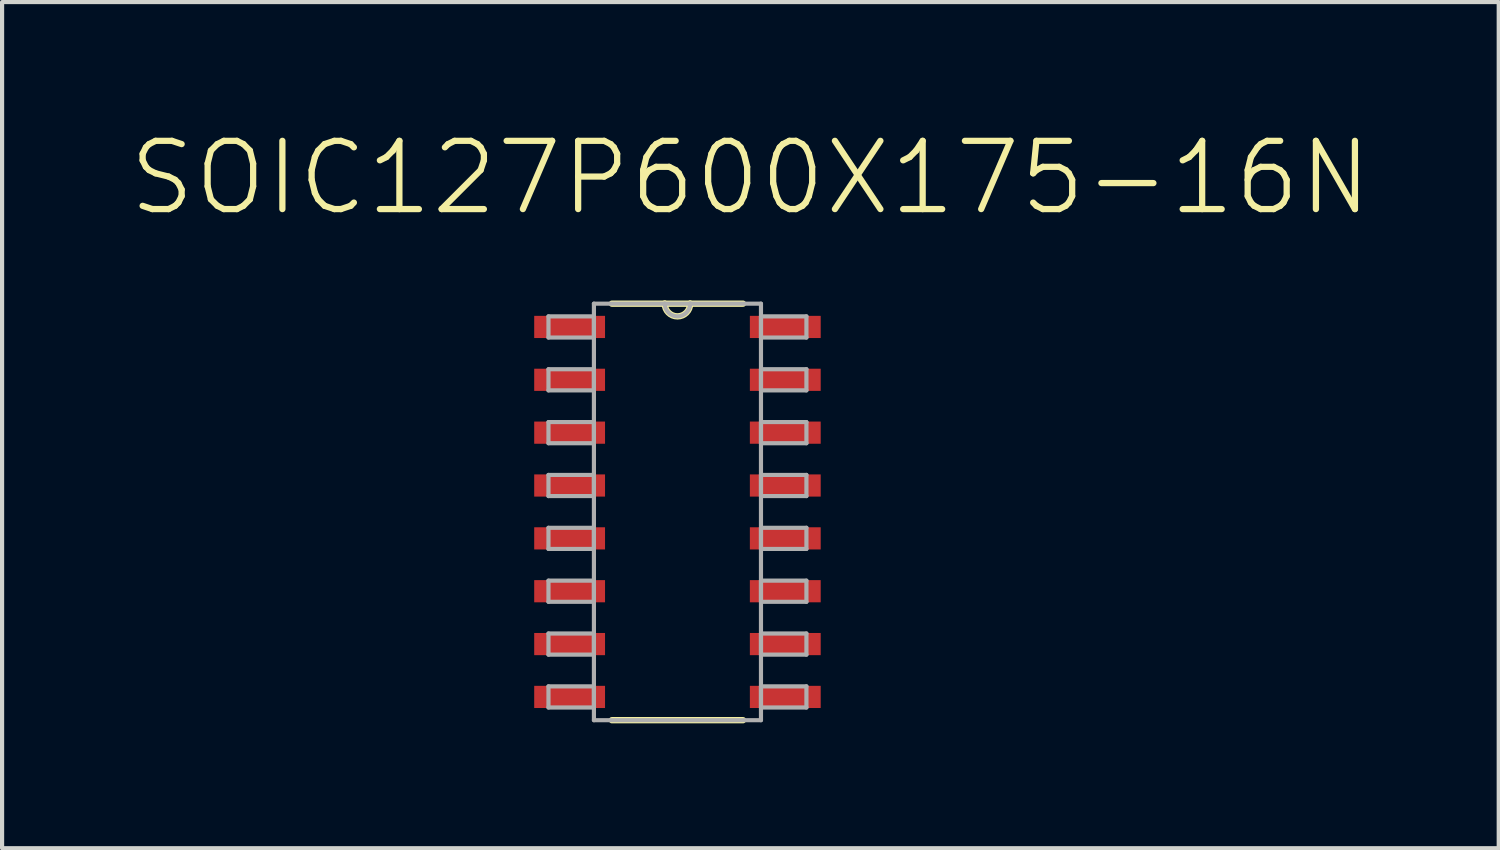
<source format=kicad_pcb>
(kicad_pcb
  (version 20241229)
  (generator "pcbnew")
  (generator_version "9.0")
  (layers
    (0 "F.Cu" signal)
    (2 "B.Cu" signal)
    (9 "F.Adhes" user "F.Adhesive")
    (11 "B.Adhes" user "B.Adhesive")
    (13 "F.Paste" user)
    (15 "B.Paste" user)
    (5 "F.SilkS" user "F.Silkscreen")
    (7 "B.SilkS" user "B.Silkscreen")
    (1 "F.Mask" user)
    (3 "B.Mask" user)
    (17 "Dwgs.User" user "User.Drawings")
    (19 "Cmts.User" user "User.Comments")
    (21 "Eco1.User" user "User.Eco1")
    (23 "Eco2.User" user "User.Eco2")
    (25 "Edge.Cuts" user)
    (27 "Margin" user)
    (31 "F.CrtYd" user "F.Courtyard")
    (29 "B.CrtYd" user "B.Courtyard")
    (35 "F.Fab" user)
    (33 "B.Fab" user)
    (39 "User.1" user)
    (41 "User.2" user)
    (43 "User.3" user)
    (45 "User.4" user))
  (footprint "SOIC127P600X175-16N"
    (layer "F.Cu")
    (at 13.228 9.251)
    (property "Reference" "SOIC127P600X175-16N" (at 1.753 -8.028 0) (layer "F.SilkS") (effects (font (size 1.64 1.64) (thickness 0.15))))
    (attr smd)
    (fp_line (start -1.575 5.004) (end 1.575 5.004) (stroke (width 0.152) (type solid)) (layer "F.SilkS"))
    (fp_line (start -0.305 -5.004) (end -1.575 -5.004) (stroke (width 0.152) (type solid)) (layer "F.SilkS"))
    (fp_line (start 0.305 -5.004) (end -0.305 -5.004) (stroke (width 0.152) (type solid)) (layer "F.SilkS"))
    (fp_line (start 1.575 -5.004) (end 0.305 -5.004) (stroke (width 0.152) (type solid)) (layer "F.SilkS"))
    (fp_arc (start 0.3048 -5.0038) (mid 0 -4.699) (end -0.3048 -5.0038) (stroke (width 0.1524) (type solid)) (layer "F.SilkS"))
    (fp_line (start -3.099 -4.699) (end -3.099 -4.191) (stroke (width 0.1) (type solid)) (layer "F.Fab"))
    (fp_line (start -3.099 -4.191) (end -2.007 -4.191) (stroke (width 0.1) (type solid)) (layer "F.Fab"))
    (fp_line (start -3.099 -3.429) (end -3.099 -2.921) (stroke (width 0.1) (type solid)) (layer "F.Fab"))
    (fp_line (start -3.099 -2.921) (end -2.007 -2.921) (stroke (width 0.1) (type solid)) (layer "F.Fab"))
    (fp_line (start -3.099 -2.159) (end -3.099 -1.651) (stroke (width 0.1) (type solid)) (layer "F.Fab"))
    (fp_line (start -3.099 -1.651) (end -2.007 -1.651) (stroke (width 0.1) (type solid)) (layer "F.Fab"))
    (fp_line (start -3.099 -0.889) (end -3.099 -0.381) (stroke (width 0.1) (type solid)) (layer "F.Fab"))
    (fp_line (start -3.099 -0.381) (end -2.007 -0.381) (stroke (width 0.1) (type solid)) (layer "F.Fab"))
    (fp_line (start -3.099 0.381) (end -3.099 0.889) (stroke (width 0.1) (type solid)) (layer "F.Fab"))
    (fp_line (start -3.099 0.889) (end -2.007 0.889) (stroke (width 0.1) (type solid)) (layer "F.Fab"))
    (fp_line (start -3.099 1.651) (end -3.099 2.159) (stroke (width 0.1) (type solid)) (layer "F.Fab"))
    (fp_line (start -3.099 2.159) (end -2.007 2.159) (stroke (width 0.1) (type solid)) (layer "F.Fab"))
    (fp_line (start -3.099 2.921) (end -3.099 3.429) (stroke (width 0.1) (type solid)) (layer "F.Fab"))
    (fp_line (start -3.099 3.429) (end -2.007 3.429) (stroke (width 0.1) (type solid)) (layer "F.Fab"))
    (fp_line (start -3.099 4.191) (end -3.099 4.699) (stroke (width 0.1) (type solid)) (layer "F.Fab"))
    (fp_line (start -3.099 4.699) (end -2.007 4.699) (stroke (width 0.1) (type solid)) (layer "F.Fab"))
    (fp_line (start -2.007 -5.004) (end -2.007 5.004) (stroke (width 0.1) (type solid)) (layer "F.Fab"))
    (fp_line (start -2.007 -4.699) (end -3.099 -4.699) (stroke (width 0.1) (type solid)) (layer "F.Fab"))
    (fp_line (start -2.007 -4.191) (end -2.007 -4.699) (stroke (width 0.1) (type solid)) (layer "F.Fab"))
    (fp_line (start -2.007 -3.429) (end -3.099 -3.429) (stroke (width 0.1) (type solid)) (layer "F.Fab"))
    (fp_line (start -2.007 -2.921) (end -2.007 -3.429) (stroke (width 0.1) (type solid)) (layer "F.Fab"))
    (fp_line (start -2.007 -2.159) (end -3.099 -2.159) (stroke (width 0.1) (type solid)) (layer "F.Fab"))
    (fp_line (start -2.007 -1.651) (end -2.007 -2.159) (stroke (width 0.1) (type solid)) (layer "F.Fab"))
    (fp_line (start -2.007 -0.889) (end -3.099 -0.889) (stroke (width 0.1) (type solid)) (layer "F.Fab"))
    (fp_line (start -2.007 -0.381) (end -2.007 -0.889) (stroke (width 0.1) (type solid)) (layer "F.Fab"))
    (fp_line (start -2.007 0.381) (end -3.099 0.381) (stroke (width 0.1) (type solid)) (layer "F.Fab"))
    (fp_line (start -2.007 0.889) (end -2.007 0.381) (stroke (width 0.1) (type solid)) (layer "F.Fab"))
    (fp_line (start -2.007 1.651) (end -3.099 1.651) (stroke (width 0.1) (type solid)) (layer "F.Fab"))
    (fp_line (start -2.007 2.159) (end -2.007 1.651) (stroke (width 0.1) (type solid)) (layer "F.Fab"))
    (fp_line (start -2.007 2.921) (end -3.099 2.921) (stroke (width 0.1) (type solid)) (layer "F.Fab"))
    (fp_line (start -2.007 3.429) (end -2.007 2.921) (stroke (width 0.1) (type solid)) (layer "F.Fab"))
    (fp_line (start -2.007 4.191) (end -3.099 4.191) (stroke (width 0.1) (type solid)) (layer "F.Fab"))
    (fp_line (start -2.007 4.699) (end -2.007 4.191) (stroke (width 0.1) (type solid)) (layer "F.Fab"))
    (fp_line (start -2.007 5.004) (end 2.007 5.004) (stroke (width 0.1) (type solid)) (layer "F.Fab"))
    (fp_line (start -0.305 -5.004) (end -2.007 -5.004) (stroke (width 0.1) (type solid)) (layer "F.Fab"))
    (fp_line (start 0.305 -5.004) (end -0.305 -5.004) (stroke (width 0.1) (type solid)) (layer "F.Fab"))
    (fp_line (start 2.007 -5.004) (end 0.305 -5.004) (stroke (width 0.1) (type solid)) (layer "F.Fab"))
    (fp_line (start 2.007 -4.699) (end 2.007 -4.191) (stroke (width 0.1) (type solid)) (layer "F.Fab"))
    (fp_line (start 2.007 -4.191) (end 3.099 -4.191) (stroke (width 0.1) (type solid)) (layer "F.Fab"))
    (fp_line (start 2.007 -3.429) (end 2.007 -2.921) (stroke (width 0.1) (type solid)) (layer "F.Fab"))
    (fp_line (start 2.007 -2.921) (end 3.099 -2.921) (stroke (width 0.1) (type solid)) (layer "F.Fab"))
    (fp_line (start 2.007 -2.159) (end 2.007 -1.651) (stroke (width 0.1) (type solid)) (layer "F.Fab"))
    (fp_line (start 2.007 -1.651) (end 3.099 -1.651) (stroke (width 0.1) (type solid)) (layer "F.Fab"))
    (fp_line (start 2.007 -0.889) (end 2.007 -0.381) (stroke (width 0.1) (type solid)) (layer "F.Fab"))
    (fp_line (start 2.007 -0.381) (end 3.099 -0.381) (stroke (width 0.1) (type solid)) (layer "F.Fab"))
    (fp_line (start 2.007 0.381) (end 2.007 0.889) (stroke (width 0.1) (type solid)) (layer "F.Fab"))
    (fp_line (start 2.007 0.889) (end 3.099 0.889) (stroke (width 0.1) (type solid)) (layer "F.Fab"))
    (fp_line (start 2.007 1.651) (end 2.007 2.159) (stroke (width 0.1) (type solid)) (layer "F.Fab"))
    (fp_line (start 2.007 2.159) (end 3.099 2.159) (stroke (width 0.1) (type solid)) (layer "F.Fab"))
    (fp_line (start 2.007 2.921) (end 2.007 3.429) (stroke (width 0.1) (type solid)) (layer "F.Fab"))
    (fp_line (start 2.007 3.429) (end 3.099 3.429) (stroke (width 0.1) (type solid)) (layer "F.Fab"))
    (fp_line (start 2.007 4.191) (end 2.007 4.699) (stroke (width 0.1) (type solid)) (layer "F.Fab"))
    (fp_line (start 2.007 4.699) (end 3.099 4.699) (stroke (width 0.1) (type solid)) (layer "F.Fab"))
    (fp_line (start 2.007 5.004) (end 2.007 -5.004) (stroke (width 0.1) (type solid)) (layer "F.Fab"))
    (fp_line (start 3.099 -4.699) (end 2.007 -4.699) (stroke (width 0.1) (type solid)) (layer "F.Fab"))
    (fp_line (start 3.099 -4.191) (end 3.099 -4.699) (stroke (width 0.1) (type solid)) (layer "F.Fab"))
    (fp_line (start 3.099 -3.429) (end 2.007 -3.429) (stroke (width 0.1) (type solid)) (layer "F.Fab"))
    (fp_line (start 3.099 -2.921) (end 3.099 -3.429) (stroke (width 0.1) (type solid)) (layer "F.Fab"))
    (fp_line (start 3.099 -2.159) (end 2.007 -2.159) (stroke (width 0.1) (type solid)) (layer "F.Fab"))
    (fp_line (start 3.099 -1.651) (end 3.099 -2.159) (stroke (width 0.1) (type solid)) (layer "F.Fab"))
    (fp_line (start 3.099 -0.889) (end 2.007 -0.889) (stroke (width 0.1) (type solid)) (layer "F.Fab"))
    (fp_line (start 3.099 -0.381) (end 3.099 -0.889) (stroke (width 0.1) (type solid)) (layer "F.Fab"))
    (fp_line (start 3.099 0.381) (end 2.007 0.381) (stroke (width 0.1) (type solid)) (layer "F.Fab"))
    (fp_line (start 3.099 0.889) (end 3.099 0.381) (stroke (width 0.1) (type solid)) (layer "F.Fab"))
    (fp_line (start 3.099 1.651) (end 2.007 1.651) (stroke (width 0.1) (type solid)) (layer "F.Fab"))
    (fp_line (start 3.099 2.159) (end 3.099 1.651) (stroke (width 0.1) (type solid)) (layer "F.Fab"))
    (fp_line (start 3.099 2.921) (end 2.007 2.921) (stroke (width 0.1) (type solid)) (layer "F.Fab"))
    (fp_line (start 3.099 3.429) (end 3.099 2.921) (stroke (width 0.1) (type solid)) (layer "F.Fab"))
    (fp_line (start 3.099 4.191) (end 2.007 4.191) (stroke (width 0.1) (type solid)) (layer "F.Fab"))
    (fp_line (start 3.099 4.699) (end 3.099 4.191) (stroke (width 0.1) (type solid)) (layer "F.Fab"))
    (fp_arc (start 0.3048 -5.0038) (mid 0 -4.699) (end -0.3048 -5.0038) (stroke (width 0.1) (type solid)) (layer "F.Fab"))
    (pad "1" smd rect (at -2.591 -4.445) (size 1.702 0.533) (layers "F.Cu" "F.Mask" "F.Paste"))
    (pad "2" smd rect (at -2.591 -3.175) (size 1.702 0.533) (layers "F.Cu" "F.Mask" "F.Paste"))
    (pad "3" smd rect (at -2.591 -1.905) (size 1.702 0.533) (layers "F.Cu" "F.Mask" "F.Paste"))
    (pad "4" smd rect (at -2.591 -0.635) (size 1.702 0.533) (layers "F.Cu" "F.Mask" "F.Paste"))
    (pad "5" smd rect (at -2.591 0.635) (size 1.702 0.533) (layers "F.Cu" "F.Mask" "F.Paste"))
    (pad "6" smd rect (at -2.591 1.905) (size 1.702 0.533) (layers "F.Cu" "F.Mask" "F.Paste"))
    (pad "7" smd rect (at -2.591 3.175) (size 1.702 0.533) (layers "F.Cu" "F.Mask" "F.Paste"))
    (pad "8" smd rect (at -2.591 4.445) (size 1.702 0.533) (layers "F.Cu" "F.Mask" "F.Paste"))
    (pad "9" smd rect (at 2.591 4.445) (size 1.702 0.533) (layers "F.Cu" "F.Mask" "F.Paste"))
    (pad "10" smd rect (at 2.591 3.175) (size 1.702 0.533) (layers "F.Cu" "F.Mask" "F.Paste"))
    (pad "11" smd rect (at 2.591 1.905) (size 1.702 0.533) (layers "F.Cu" "F.Mask" "F.Paste"))
    (pad "12" smd rect (at 2.591 0.635) (size 1.702 0.533) (layers "F.Cu" "F.Mask" "F.Paste"))
    (pad "13" smd rect (at 2.591 -0.635) (size 1.702 0.533) (layers "F.Cu" "F.Mask" "F.Paste"))
    (pad "14" smd rect (at 2.591 -1.905) (size 1.702 0.533) (layers "F.Cu" "F.Mask" "F.Paste"))
    (pad "15" smd rect (at 2.591 -3.175) (size 1.702 0.533) (layers "F.Cu" "F.Mask" "F.Paste"))
    (pad "16" smd rect (at 2.591 -4.445) (size 1.702 0.533) (layers "F.Cu" "F.Mask" "F.Paste")))
  (gr_rect
    (start -3 -3)
    (end 32.962 17.331)
    (stroke (width 0.1) (type default))
    (fill no)
    (layer "Edge.Cuts")))
</source>
